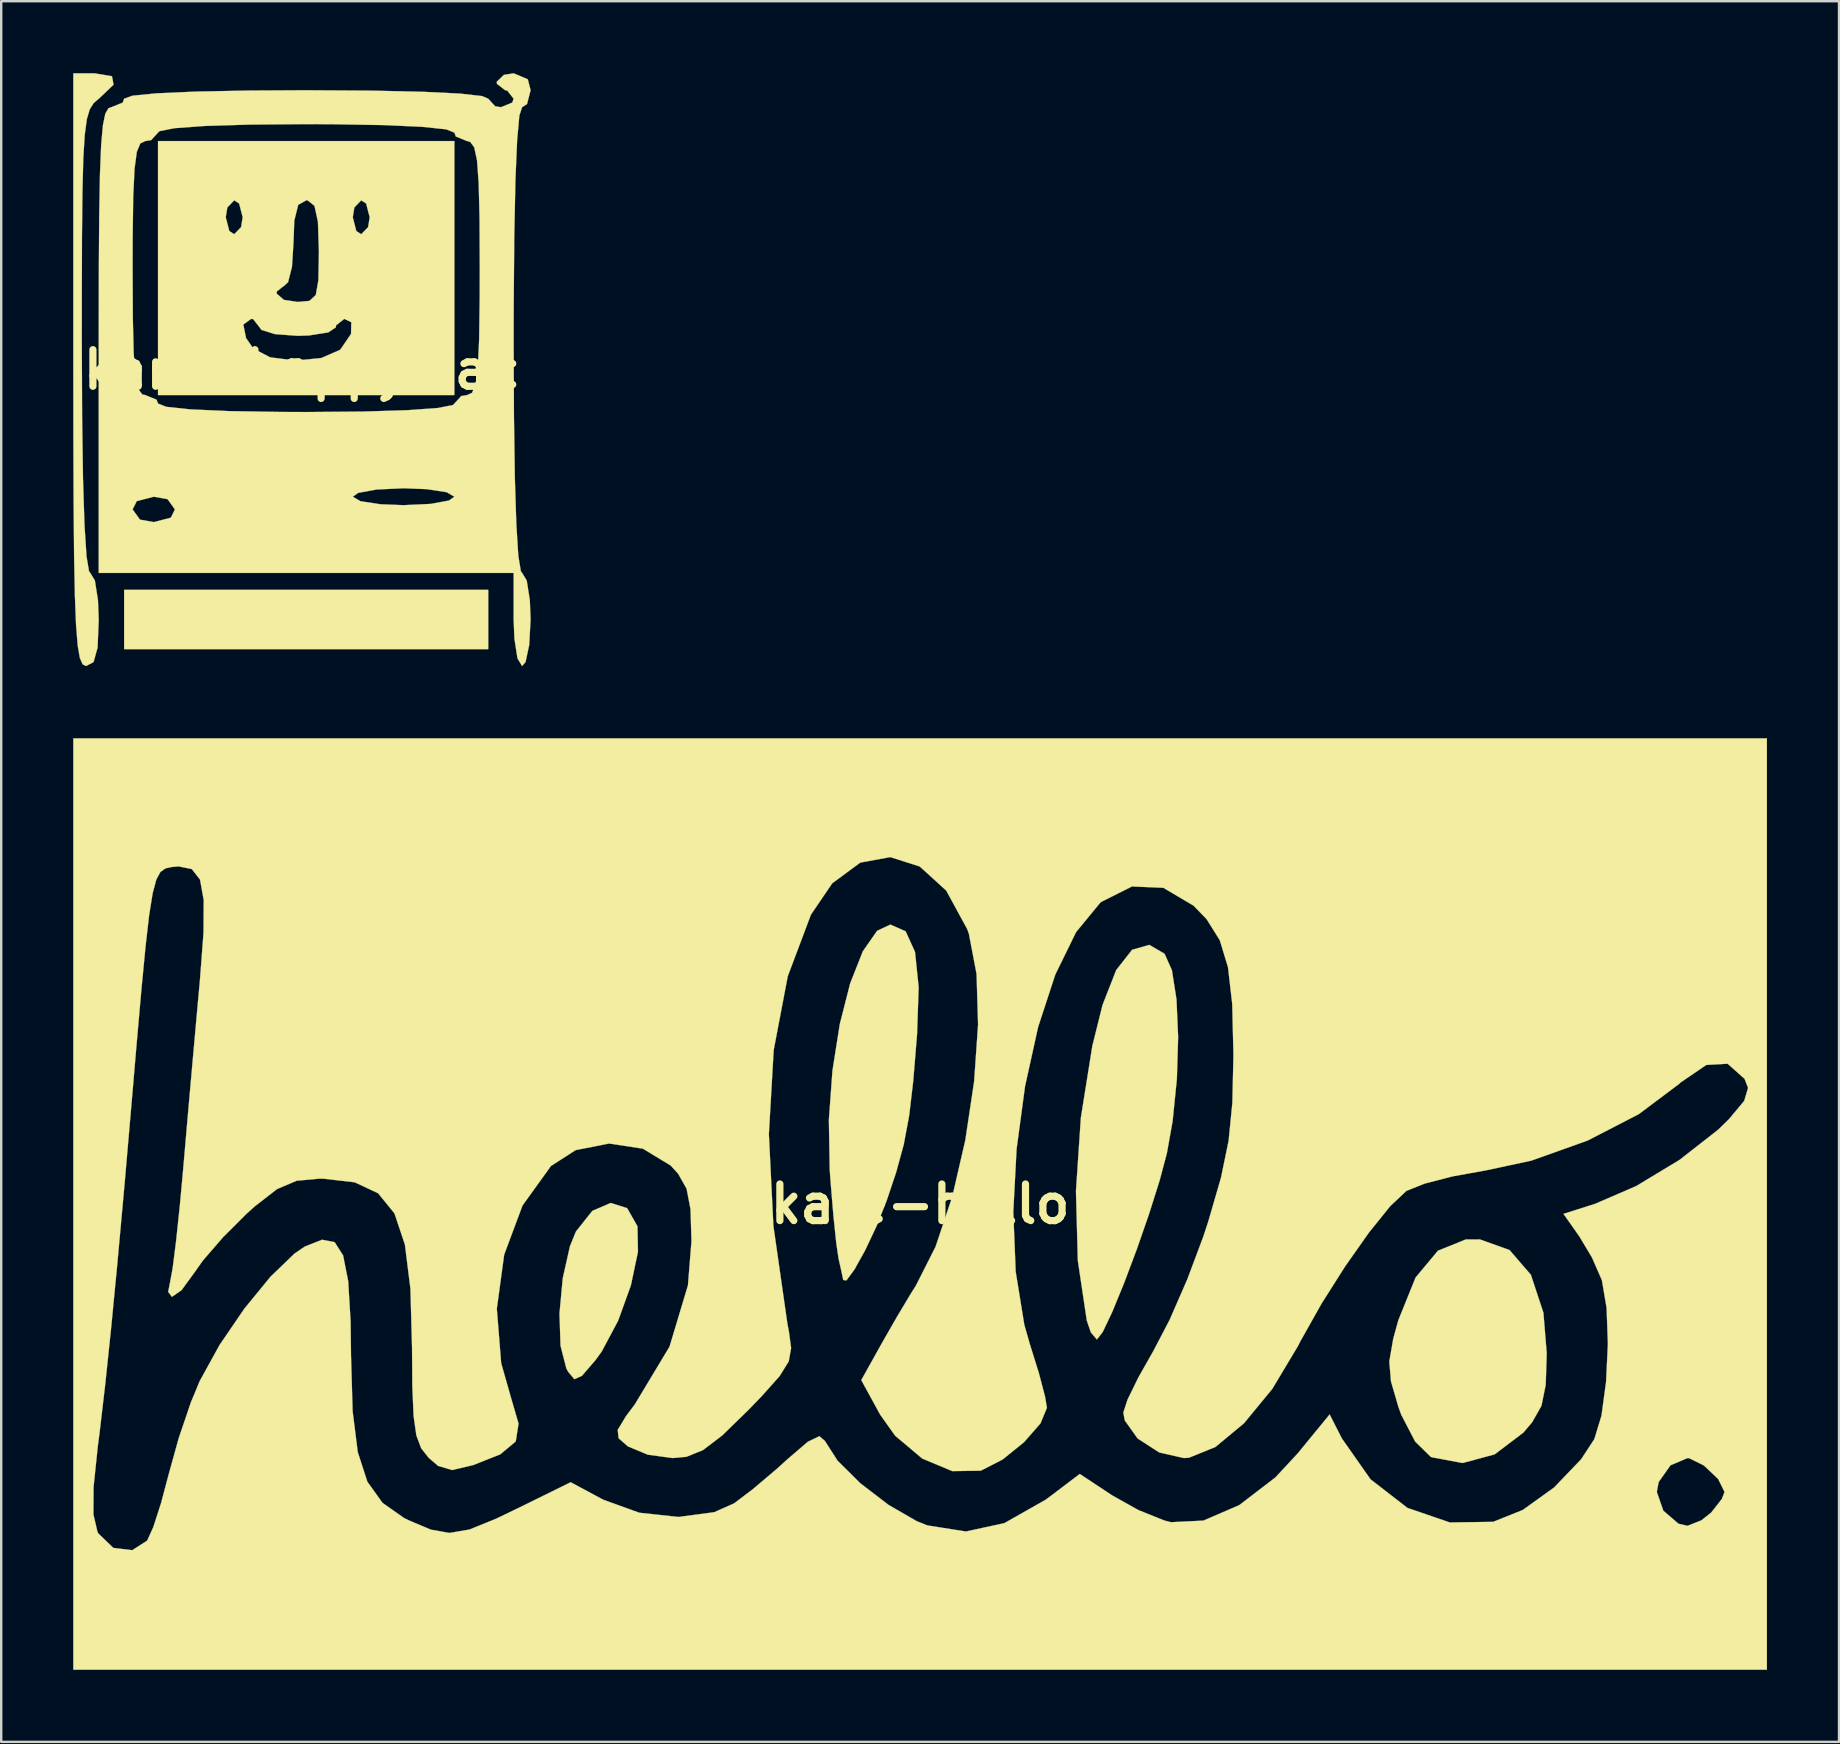
<source format=kicad_pcb>
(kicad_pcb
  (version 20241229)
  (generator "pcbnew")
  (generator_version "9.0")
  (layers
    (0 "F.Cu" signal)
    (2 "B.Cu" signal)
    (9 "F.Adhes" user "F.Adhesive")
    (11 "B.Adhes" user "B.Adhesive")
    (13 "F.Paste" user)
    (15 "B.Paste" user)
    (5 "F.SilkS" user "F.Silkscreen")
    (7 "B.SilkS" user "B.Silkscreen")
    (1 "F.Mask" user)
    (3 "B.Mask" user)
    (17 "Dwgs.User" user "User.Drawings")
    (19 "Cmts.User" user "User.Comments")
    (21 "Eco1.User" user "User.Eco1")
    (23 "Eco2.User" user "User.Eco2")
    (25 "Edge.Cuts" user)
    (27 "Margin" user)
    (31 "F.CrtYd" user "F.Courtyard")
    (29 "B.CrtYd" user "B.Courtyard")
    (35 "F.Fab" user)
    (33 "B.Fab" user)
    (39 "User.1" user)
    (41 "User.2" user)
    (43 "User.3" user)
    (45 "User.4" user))
  (footprint "kare-hello"
    (layer "F.Cu")
    (at 35.283 47.112)
    (property "Reference" "kare-hello" (at 0 0 0) (layer "F.SilkS") (effects (font (size 1.524 1.524) (thickness 0.3))))
    (attr through_hole)
    (fp_poly (pts (xy -12.206 0.171) (xy -11.775 0.928) (xy -11.755 1.994) (xy -12.049 3.388) (xy -12.579 4.856) (xy -13.264 6.143) (xy -13.529 6.507) (xy -14.088 7.156) (xy -14.405 7.297) (xy -14.665 6.984) (xy -14.737 6.852) (xy -14.98 5.908) (xy -15.024 4.564) (xy -14.888 3.092) (xy -14.589 1.762) (xy -14.34 1.147) (xy -13.656 0.285) (xy -12.89 -0.045) (xy -12.206 0.171)) (stroke (width 0.01) (type solid)) (fill yes) (layer "F.SilkS"))
    (fp_poly (pts (xy 24.556 1.917) (xy 25.446 2.948) (xy 25.968 4.529) (xy 26.106 6.22) (xy 26.064 7.534) (xy 25.887 8.404) (xy 25.499 9.09) (xy 25.135 9.52) (xy 23.937 10.429) (xy 22.6 10.79) (xy 21.321 10.551) (xy 21.267 10.525) (xy 20.625 9.896) (xy 20.045 8.78) (xy 19.926 8.448) (xy 19.618 7.391) (xy 19.547 6.559) (xy 19.712 5.608) (xy 19.923 4.844) (xy 20.641 3.063) (xy 21.572 1.945) (xy 22.73 1.477) (xy 23.322 1.474) (xy 24.556 1.917)) (stroke (width 0.01) (type solid)) (fill yes) (layer "F.SilkS"))
    (fp_poly (pts (xy 10.184 -10.427) (xy 10.491 -9.74) (xy 10.681 -8.527) (xy 10.75 -6.96) (xy 10.697 -5.209) (xy 10.519 -3.445) (xy 10.281 -2.117) (xy 9.977 -0.976) (xy 9.54 0.409) (xy 9.027 1.885) (xy 8.496 3.299) (xy 8.003 4.499) (xy 7.607 5.332) (xy 7.365 5.644) (xy 7.364 5.644) (xy 7.114 5.348) (xy 6.944 4.851) (xy 6.571 2.355) (xy 6.493 -0.541) (xy 6.698 -3.601) (xy 7.176 -6.589) (xy 7.6 -8.291) (xy 8.169 -9.746) (xy 8.832 -10.592) (xy 9.549 -10.797) (xy 10.184 -10.427)) (stroke (width 0.01) (type solid)) (fill yes) (layer "F.SilkS"))
    (fp_poly (pts (xy -0.603 -11.362) (xy -0.212 -10.502) (xy -0.06 -9.031) (xy -0.127 -7.077) (xy -0.286 -5.132) (xy -0.458 -3.671) (xy -0.683 -2.473) (xy -1 -1.315) (xy -1.395 -0.137) (xy -1.81 0.91) (xy -2.285 1.917) (xy -2.734 2.726) (xy -3.069 3.181) (xy -3.202 3.165) (xy -3.295 2.724) (xy -3.394 2.293) (xy -3.493 1.626) (xy -3.613 0.469) (xy -3.732 -0.964) (xy -3.766 -1.451) (xy -3.801 -3.508) (xy -3.651 -5.564) (xy -3.345 -7.5) (xy -2.913 -9.195) (xy -2.386 -10.529) (xy -1.792 -11.383) (xy -1.239 -11.642) (xy -0.603 -11.362)) (stroke (width 0.01) (type solid)) (fill yes) (layer "F.SilkS"))
    (fp_poly (pts (xy 35.278 19.403) (xy -35.278 19.403) (xy -35.278 12.932) (xy -34.441 12.932) (xy -34.274 13.651) (xy -34.238 13.723) (xy -33.611 14.327) (xy -32.823 14.422) (xy -32.202 14.023) (xy -31.95 13.469) (xy -31.621 12.452) (xy -31.304 11.255) (xy -30.888 9.757) (xy -30.385 8.275) (xy -30.013 7.375) (xy -29.183 5.868) (xy -28.152 4.358) (xy -27.064 3.028) (xy -26.061 2.062) (xy -25.637 1.773) (xy -24.915 1.487) (xy -24.392 1.587) (xy -24.039 2.139) (xy -23.827 3.213) (xy -23.727 4.877) (xy -23.709 6.328) (xy -23.643 8.622) (xy -23.429 10.332) (xy -23.028 11.569) (xy -22.4 12.446) (xy -21.506 13.076) (xy -21.319 13.169) (xy -20.386 13.565) (xy -19.61 13.703) (xy -18.777 13.561) (xy -17.674 13.114) (xy -16.758 12.674) (xy -14.557 11.591) (xy -13.193 12.322) (xy -11.694 12.862) (xy -10.065 13.037) (xy -8.574 12.838) (xy -7.751 12.471) (xy -6.973 11.883) (xy -5.99 11.051) (xy -5.512 10.619) (xy -4.676 9.903) (xy -4.195 9.672) (xy -3.963 9.874) (xy -3.962 9.878) (xy -3.438 10.694) (xy -2.486 11.637) (xy -1.315 12.534) (xy -0.138 13.213) (xy 0.305 13.39) (xy 1.908 13.642) (xy 3.51 13.295) (xy 5.225 12.322) (xy 5.53 12.096) (xy 6.651 11.245) (xy 8.006 12.141) (xy 9.101 12.753) (xy 10.18 13.186) (xy 10.449 13.255) (xy 11.802 13.189) (xy 13.296 12.544) (xy 14.8 11.392) (xy 15.732 10.389) (xy 17.062 8.766) (xy 17.569 9.763) (xy 18.767 11.471) (xy 20.305 12.66) (xy 22.071 13.266) (xy 23.876 13.24) (xy 25.11 12.745) (xy 26.155 11.994) (xy 30.692 11.994) (xy 30.964 12.777) (xy 31.597 13.32) (xy 31.972 13.406) (xy 32.552 13.176) (xy 32.96 12.851) (xy 33.404 12.284) (xy 33.514 11.994) (xy 33.248 11.456) (xy 32.654 10.893) (xy 32.043 10.589) (xy 31.972 10.583) (xy 31.262 10.884) (xy 30.77 11.581) (xy 30.692 11.994) (xy 26.155 11.994) (xy 26.412 11.81) (xy 27.542 10.631) (xy 28.089 9.794) (xy 28.386 8.821) (xy 28.578 7.41) (xy 28.654 5.824) (xy 28.6 4.326) (xy 28.405 3.177) (xy 28.4 3.163) (xy 27.992 2.23) (xy 27.467 1.351) (xy 26.804 0.41) (xy 28.13 -0.012) (xy 29.832 -0.748) (xy 31.641 -1.841) (xy 33.238 -3.089) (xy 33.689 -3.526) (xy 34.333 -4.297) (xy 34.495 -4.84) (xy 34.348 -5.216) (xy 33.643 -5.845) (xy 32.754 -5.795) (xy 31.689 -5.069) (xy 31.625 -5.008) (xy 29.945 -3.748) (xy 27.81 -2.645) (xy 25.466 -1.809) (xy 23.57 -1.402) (xy 22.192 -1.154) (xy 21.008 -0.848) (xy 20.267 -0.55) (xy 20.254 -0.542) (xy 19.586 0.087) (xy 18.702 1.184) (xy 17.71 2.592) (xy 16.721 4.153) (xy 15.846 5.71) (xy 15.733 5.93) (xy 14.673 7.7) (xy 13.494 9.133) (xy 12.301 10.123) (xy 11.2 10.569) (xy 10.991 10.583) (xy 9.963 10.35) (xy 9.062 9.767) (xy 8.526 9.013) (xy 8.467 8.686) (xy 8.64 8.153) (xy 9.092 7.227) (xy 9.715 6.128) (xy 10.396 4.824) (xy 11.133 3.134) (xy 11.801 1.352) (xy 12.008 0.72) (xy 12.536 -1.101) (xy 12.853 -2.638) (xy 13.009 -4.214) (xy 13.053 -6.154) (xy 13.053 -6.265) (xy 13.003 -8.34) (xy 12.827 -9.865) (xy 12.485 -10.992) (xy 11.934 -11.871) (xy 11.39 -12.432) (xy 10.134 -13.175) (xy 8.828 -13.231) (xy 7.56 -12.596) (xy 7.492 -12.54) (xy 6.499 -11.331) (xy 5.633 -9.563) (xy 4.916 -7.374) (xy 4.371 -4.903) (xy 4.019 -2.289) (xy 3.882 0.331) (xy 3.982 2.817) (xy 4.341 5.031) (xy 4.577 5.854) (xy 4.949 7.046) (xy 5.205 8.022) (xy 5.283 8.489) (xy 5.014 9.14) (xy 4.329 9.923) (xy 3.437 10.643) (xy 2.545 11.101) (xy 2.519 11.109) (xy 1.341 11.127) (xy 0.089 10.604) (xy -1.043 9.649) (xy -1.667 8.769) (xy -2.451 7.335) (xy -1.579 5.772) (xy -0.95 4.675) (xy -0.371 3.708) (xy -0.177 3.402) (xy 0.643 1.78) (xy 1.338 -0.297) (xy 1.882 -2.651) (xy 2.25 -5.103) (xy 2.415 -7.474) (xy 2.352 -9.583) (xy 2.034 -11.253) (xy 1.964 -11.452) (xy 1.089 -13.058) (xy -0.014 -14.062) (xy -1.242 -14.454) (xy -2.492 -14.225) (xy -3.659 -13.365) (xy -4.547 -12.059) (xy -5.514 -9.491) (xy -6.1 -6.414) (xy -6.301 -2.916) (xy -6.112 0.914) (xy -5.529 4.987) (xy -5.464 5.326) (xy -5.374 5.999) (xy -5.473 6.554) (xy -5.85 7.164) (xy -6.596 8.001) (xy -7.164 8.589) (xy -8.245 9.641) (xy -9.046 10.252) (xy -9.735 10.53) (xy -10.309 10.583) (xy -11.347 10.441) (xy -12.171 10.098) (xy -12.176 10.094) (xy -12.561 9.758) (xy -12.598 9.409) (xy -12.251 8.834) (xy -11.885 8.346) (xy -10.44 5.943) (xy -9.672 3.387) (xy -9.525 1.542) (xy -9.565 0.217) (xy -9.729 -0.64) (xy -10.08 -1.262) (xy -10.391 -1.604) (xy -11.55 -2.307) (xy -12.957 -2.521) (xy -14.352 -2.246) (xy -15.38 -1.585) (xy -16.565 0.062) (xy -17.328 2.107) (xy -17.635 4.36) (xy -17.454 6.628) (xy -17.054 8.034) (xy -16.73 9.146) (xy -16.846 9.89) (xy -17.491 10.428) (xy -18.623 10.876) (xy -19.495 11.082) (xy -20.083 10.909) (xy -20.475 10.57) (xy -20.784 10.178) (xy -20.986 9.645) (xy -21.102 8.828) (xy -21.155 7.579) (xy -21.167 5.986) (xy -21.234 3.529) (xy -21.464 1.69) (xy -21.899 0.389) (xy -22.582 -0.45) (xy -23.557 -0.906) (xy -24.866 -1.057) (xy -25.032 -1.058) (xy -25.976 -0.97) (xy -26.79 -0.624) (xy -27.727 0.103) (xy -28.068 0.411) (xy -29.043 1.385) (xy -29.875 2.347) (xy -30.253 2.881) (xy -30.771 3.59) (xy -31.169 3.866) (xy -31.327 3.661) (xy -31.248 3.26) (xy -31.14 2.672) (xy -30.998 1.55) (xy -30.84 0.06) (xy -30.705 -1.414) (xy -30.517 -3.584) (xy -30.302 -6.016) (xy -30.095 -8.327) (xy -30.004 -9.322) (xy -29.855 -11.293) (xy -29.846 -12.66) (xy -30 -13.517) (xy -30.342 -13.955) (xy -30.893 -14.067) (xy -31.19 -14.04) (xy -31.445 -13.982) (xy -31.651 -13.834) (xy -31.822 -13.516) (xy -31.973 -12.949) (xy -32.118 -12.05) (xy -32.269 -10.74) (xy -32.442 -8.937) (xy -32.651 -6.562) (xy -32.804 -4.763) (xy -33.143 -0.84) (xy -33.443 2.462) (xy -33.71 5.229) (xy -33.953 7.544) (xy -34.181 9.491) (xy -34.26 10.107) (xy -34.436 11.795) (xy -34.441 12.932) (xy -35.278 12.932) (xy -35.278 -19.403) (xy 35.278 -19.403) (xy 35.278 19.403)) (stroke (width 0.01) (type solid)) (fill yes) (layer "F.SilkS")))
  (footprint "kare-happymac"
    (layer "F.Cu")
    (at 9.53 12.352)
    (property "Reference" "kare-happymac" (at 0 0 0) (layer "F.SilkS") (effects (font (size 1.524 1.524) (thickness 0.3))))
    (attr through_hole)
    (fp_poly (pts (xy 7.761 11.642) (xy -7.408 11.642) (xy -7.408 9.172) (xy 7.761 9.172) (xy 7.761 11.642)) (stroke (width 0.01) (type solid)) (fill yes) (layer "F.SilkS"))
    (fp_poly (pts (xy -7.915 -12.226) (xy -7.85 -11.873) (xy -8.452 -11.3) (xy -8.467 -11.289) (xy -8.676 -11.109) (xy -8.84 -10.851) (xy -8.963 -10.434) (xy -9.051 -9.776) (xy -9.11 -8.793) (xy -9.146 -7.405) (xy -9.165 -5.529) (xy -9.171 -3.083) (xy -9.172 -1.157) (xy -9.159 1.984) (xy -9.122 4.538) (xy -9.06 6.477) (xy -8.976 7.776) (xy -8.869 8.407) (xy -8.819 8.467) (xy -8.626 8.786) (xy -8.498 9.608) (xy -8.467 10.407) (xy -8.514 11.577) (xy -8.681 12.179) (xy -8.996 12.347) (xy -9.138 12.274) (xy -9.253 12.011) (xy -9.343 11.492) (xy -9.411 10.65) (xy -9.46 9.421) (xy -9.493 7.738) (xy -9.513 5.534) (xy -9.523 2.745) (xy -9.525 0) (xy -9.525 -12.347) (xy -8.643 -12.347) (xy -7.915 -12.226)) (stroke (width 0.01) (type solid)) (fill yes) (layer "F.SilkS"))
    (fp_poly (pts (xy 6.35 1.058) (xy -5.997 1.058) (xy -5.997 -1.882) (xy -2.443 -1.882) (xy -2.331 -1.321) (xy -2.028 -0.88) (xy -1.325 -0.515) (xy -0.275 -0.382) (xy 0.799 -0.484) (xy 1.576 -0.822) (xy 1.613 -0.857) (xy 2.044 -1.489) (xy 2.056 -1.977) (xy 1.764 -2.117) (xy 1.421 -1.848) (xy 1.411 -1.764) (xy 1.096 -1.554) (xy 0.298 -1.427) (xy -0.176 -1.411) (xy -1.123 -1.481) (xy -1.691 -1.658) (xy -1.764 -1.764) (xy -2.032 -2.106) (xy -2.117 -2.117) (xy -2.443 -1.882) (xy -5.997 -1.882) (xy -5.997 -3.175) (xy -1.058 -3.175) (xy -0.756 -2.91) (xy -0.176 -2.822) (xy 0.312 -2.867) (xy 0.576 -3.112) (xy 0.684 -3.723) (xy 0.706 -4.865) (xy 0.706 -4.939) (xy 0.665 -6.168) (xy 0.625 -6.35) (xy 2.117 -6.35) (xy 2.264 -5.777) (xy 2.469 -5.644) (xy 2.756 -5.94) (xy 2.822 -6.35) (xy 2.674 -6.923) (xy 2.469 -7.056) (xy 2.183 -6.76) (xy 2.117 -6.35) (xy 0.625 -6.35) (xy 0.521 -6.828) (xy 0.24 -7.051) (xy 0.176 -7.056) (xy -0.156 -6.867) (xy -0.319 -6.213) (xy -0.353 -5.292) (xy -0.416 -4.285) (xy -0.578 -3.647) (xy -0.706 -3.528) (xy -1.048 -3.259) (xy -1.058 -3.175) (xy -5.997 -3.175) (xy -5.997 -6.35) (xy -3.175 -6.35) (xy -3.027 -5.777) (xy -2.822 -5.644) (xy -2.536 -5.94) (xy -2.469 -6.35) (xy -2.617 -6.923) (xy -2.822 -7.056) (xy -3.109 -6.76) (xy -3.175 -6.35) (xy -5.997 -6.35) (xy -5.997 -9.525) (xy 6.35 -9.525) (xy 6.35 1.058)) (stroke (width 0.01) (type solid)) (fill yes) (layer "F.SilkS"))
    (fp_poly (pts (xy 9.409 -12.098) (xy 9.525 -11.642) (xy 9.377 -11.068) (xy 9.172 -10.936) (xy 9.057 -10.588) (xy 8.964 -9.561) (xy 8.893 -7.881) (xy 8.845 -5.576) (xy 8.822 -2.67) (xy 8.819 -1.235) (xy 8.832 1.922) (xy 8.869 4.49) (xy 8.931 6.443) (xy 9.014 7.756) (xy 9.12 8.401) (xy 9.172 8.467) (xy 9.365 8.786) (xy 9.494 9.608) (xy 9.525 10.407) (xy 9.467 11.47) (xy 9.317 12.174) (xy 9.172 12.347) (xy 8.979 12.028) (xy 8.851 11.205) (xy 8.819 10.407) (xy 8.819 8.467) (xy -8.467 8.467) (xy -8.467 5.821) (xy -7.056 5.821) (xy -6.749 6.246) (xy -6.174 6.35) (xy -5.464 6.166) (xy -5.292 5.821) (xy -5.598 5.395) (xy -6.174 5.292) (xy 2.117 5.292) (xy 2.438 5.48) (xy 3.277 5.607) (xy 4.233 5.644) (xy 5.361 5.591) (xy 6.125 5.451) (xy 6.35 5.292) (xy 6.029 5.104) (xy 5.189 4.976) (xy 4.233 4.939) (xy 3.106 4.992) (xy 2.341 5.132) (xy 2.117 5.292) (xy -6.174 5.292) (xy -6.883 5.476) (xy -7.056 5.821) (xy -8.467 5.821) (xy -8.467 -1.235) (xy -8.462 -4.138) (xy -8.462 -4.233) (xy -7.056 -4.233) (xy -7.046 -2.162) (xy -7.011 -0.699) (xy -6.94 0.256) (xy -6.824 0.799) (xy -6.652 1.03) (xy -6.526 1.058) (xy -6.057 1.249) (xy -5.997 1.411) (xy -5.653 1.547) (xy -4.653 1.653) (xy -3.046 1.725) (xy -0.881 1.76) (xy 0.176 1.764) (xy 2.559 1.744) (xy 4.405 1.687) (xy 5.665 1.595) (xy 6.289 1.472) (xy 6.35 1.411) (xy 6.636 1.098) (xy 6.879 1.058) (xy 7.086 0.962) (xy 7.233 0.609) (xy 7.328 -0.1) (xy 7.382 -1.262) (xy 7.405 -2.976) (xy 7.408 -4.233) (xy 7.399 -6.304) (xy 7.363 -7.768) (xy 7.293 -8.723) (xy 7.176 -9.266) (xy 7.005 -9.496) (xy 6.879 -9.525) (xy 6.41 -9.715) (xy 6.35 -9.878) (xy 6.006 -10.014) (xy 5.005 -10.119) (xy 3.398 -10.191) (xy 1.234 -10.227) (xy 0.176 -10.231) (xy -2.207 -10.211) (xy -4.053 -10.154) (xy -5.312 -10.062) (xy -5.936 -9.938) (xy -5.997 -9.878) (xy -6.283 -9.565) (xy -6.526 -9.525) (xy -6.733 -9.429) (xy -6.88 -9.076) (xy -6.975 -8.367) (xy -7.03 -7.205) (xy -7.053 -5.491) (xy -7.056 -4.233) (xy -8.462 -4.233) (xy -8.447 -6.411) (xy -8.416 -8.126) (xy -8.366 -9.357) (xy -8.293 -10.18) (xy -8.193 -10.667) (xy -8.061 -10.893) (xy -7.938 -10.936) (xy -7.468 -11.127) (xy -7.408 -11.289) (xy -7.062 -11.415) (xy -6.048 -11.515) (xy -4.402 -11.587) (xy -2.163 -11.63) (xy 0.176 -11.642) (xy 2.89 -11.626) (xy 5.042 -11.578) (xy 6.595 -11.502) (xy 7.511 -11.398) (xy 7.761 -11.289) (xy 8.047 -10.976) (xy 8.29 -10.936) (xy 8.76 -11.127) (xy 8.819 -11.289) (xy 8.551 -11.631) (xy 8.467 -11.642) (xy 8.124 -11.91) (xy 8.114 -11.994) (xy 8.409 -12.281) (xy 8.819 -12.347) (xy 9.409 -12.098)) (stroke (width 0.01) (type solid)) (fill yes) (layer "F.SilkS")))
  (gr_rect
    (start -3 -3)
    (end 73.566 69.52)
    (stroke (width 0.1) (type default))
    (fill no)
    (layer "Edge.Cuts")))
</source>
